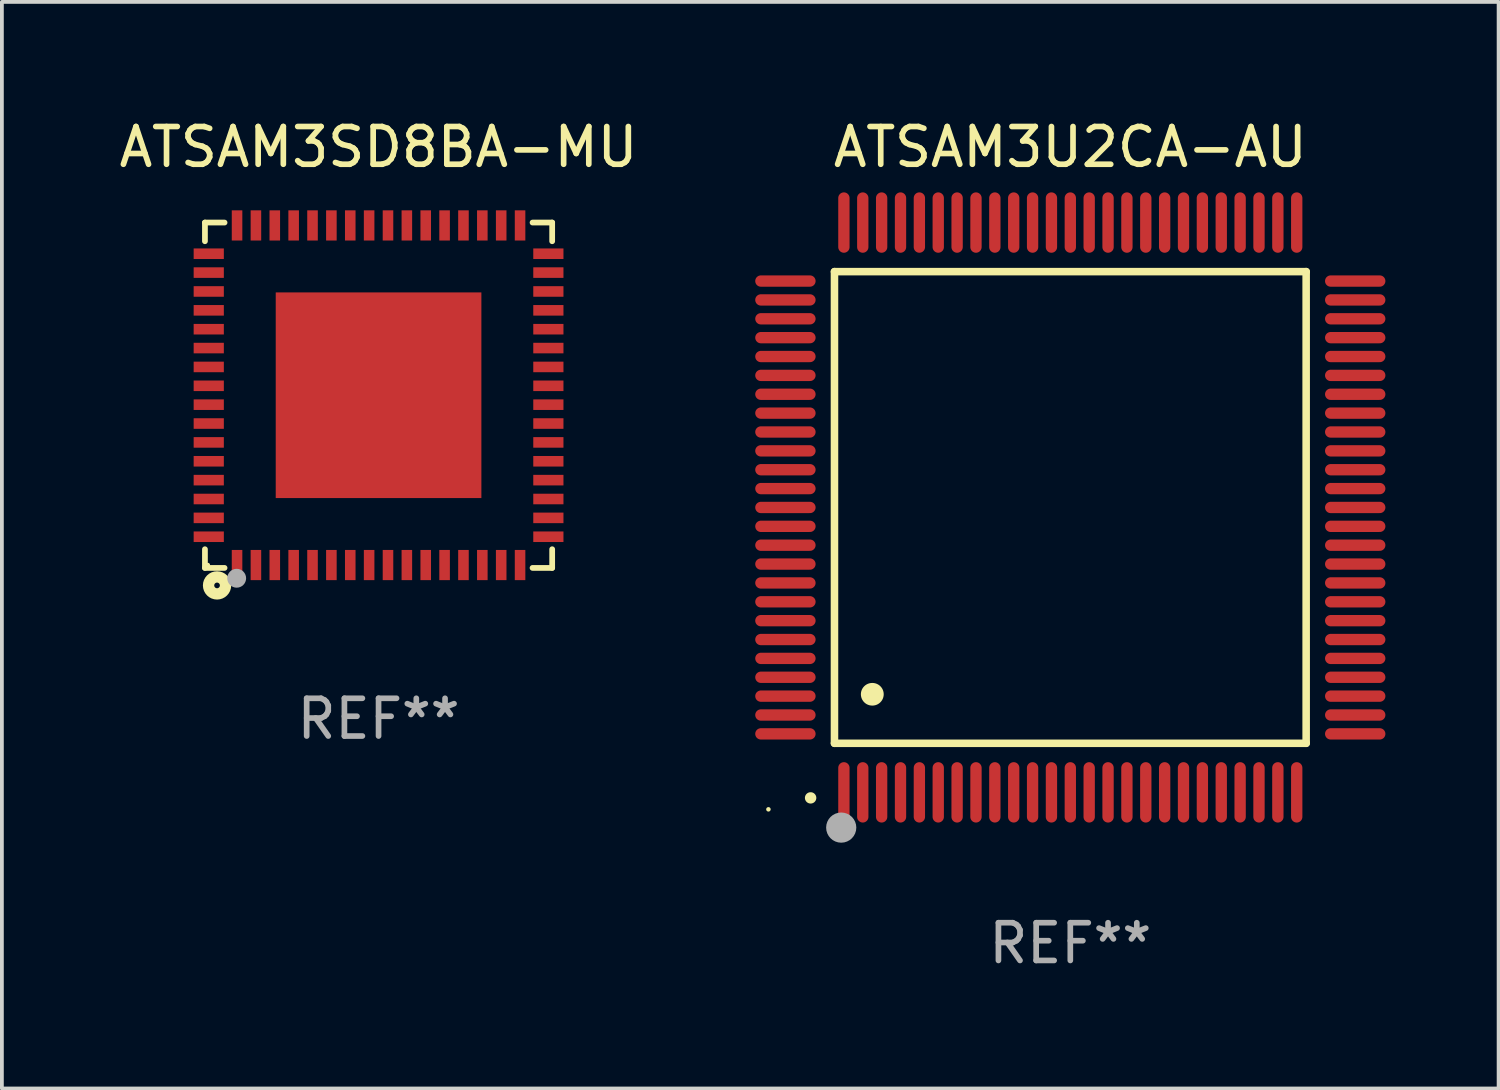
<source format=kicad_pcb>
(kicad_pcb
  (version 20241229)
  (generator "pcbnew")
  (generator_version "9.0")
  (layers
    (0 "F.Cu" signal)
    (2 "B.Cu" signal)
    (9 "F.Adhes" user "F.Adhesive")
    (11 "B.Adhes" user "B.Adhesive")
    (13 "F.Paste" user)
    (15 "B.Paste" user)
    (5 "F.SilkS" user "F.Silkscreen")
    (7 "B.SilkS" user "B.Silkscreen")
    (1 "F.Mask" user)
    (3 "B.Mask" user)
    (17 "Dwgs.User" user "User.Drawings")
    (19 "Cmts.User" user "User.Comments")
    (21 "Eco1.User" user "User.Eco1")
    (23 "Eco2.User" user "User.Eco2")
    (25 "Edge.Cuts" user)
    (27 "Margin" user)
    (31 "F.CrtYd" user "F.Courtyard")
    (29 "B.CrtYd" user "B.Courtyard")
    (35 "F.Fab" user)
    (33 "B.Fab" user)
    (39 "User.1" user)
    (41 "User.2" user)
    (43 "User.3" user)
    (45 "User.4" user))
  (footprint "ATSAM3SD8BA-MU"
    (layer "F.Cu")
    (at 6.982 7.424)
    (property "Reference" "ATSAM3SD8BA-MU" (at 0 -6.576 0) (layer "F.SilkS") (effects (font (size 1 1) (thickness 0.15))))
    (attr through_hole)
    (fp_line (start -4.601 -4.576) (end -4.081 -4.576) (stroke (width 0.152) (type solid)) (layer "F.SilkS"))
    (fp_line (start -4.601 -4.081) (end -4.601 -4.576) (stroke (width 0.152) (type solid)) (layer "F.SilkS"))
    (fp_line (start -4.601 4.081) (end -4.601 4.576) (stroke (width 0.152) (type solid)) (layer "F.SilkS"))
    (fp_line (start -4.601 4.576) (end -4.081 4.576) (stroke (width 0.152) (type solid)) (layer "F.SilkS"))
    (fp_line (start 4.601 -4.576) (end 4.081 -4.576) (stroke (width 0.152) (type solid)) (layer "F.SilkS"))
    (fp_line (start 4.601 -4.081) (end 4.601 -4.576) (stroke (width 0.152) (type solid)) (layer "F.SilkS"))
    (fp_line (start 4.601 4.081) (end 4.601 4.576) (stroke (width 0.152) (type solid)) (layer "F.SilkS"))
    (fp_line (start 4.601 4.576) (end 4.081 4.576) (stroke (width 0.152) (type solid)) (layer "F.SilkS"))
    (fp_circle (center -4.525 4.5) (end -4.495 4.5) (stroke (width 0.06) (type solid)) (fill no) (layer "F.SilkS"))
    (fp_circle (center -4.28 5.04) (end -4.205 5.04) (stroke (width 0.3) (type solid)) (fill no) (layer "F.SilkS"))
    (fp_circle (center -3.76 4.85) (end -3.635 4.85) (stroke (width 0.25) (type solid)) (fill no) (layer "F.Fab"))
    (fp_text user "REF**" (at 0 8.576 0) (layer "F.Fab") (effects (font (size 1 1) (thickness 0.15))))
    (pad "1" smd rect (at -3.75 4.5) (size 0.28 0.8) (layers "F.Cu" "F.Mask" "F.Paste"))
    (pad "2" smd rect (at -3.25 4.5) (size 0.28 0.8) (layers "F.Cu" "F.Mask" "F.Paste"))
    (pad "3" smd rect (at -2.75 4.5) (size 0.28 0.8) (layers "F.Cu" "F.Mask" "F.Paste"))
    (pad "4" smd rect (at -2.25 4.5) (size 0.28 0.8) (layers "F.Cu" "F.Mask" "F.Paste"))
    (pad "5" smd rect (at -1.75 4.5) (size 0.28 0.8) (layers "F.Cu" "F.Mask" "F.Paste"))
    (pad "6" smd rect (at -1.25 4.5) (size 0.28 0.8) (layers "F.Cu" "F.Mask" "F.Paste"))
    (pad "7" smd rect (at -0.75 4.5) (size 0.28 0.8) (layers "F.Cu" "F.Mask" "F.Paste"))
    (pad "8" smd rect (at -0.25 4.5) (size 0.28 0.8) (layers "F.Cu" "F.Mask" "F.Paste"))
    (pad "9" smd rect (at 0.25 4.5) (size 0.28 0.8) (layers "F.Cu" "F.Mask" "F.Paste"))
    (pad "10" smd rect (at 0.75 4.5) (size 0.28 0.8) (layers "F.Cu" "F.Mask" "F.Paste"))
    (pad "11" smd rect (at 1.25 4.5) (size 0.28 0.8) (layers "F.Cu" "F.Mask" "F.Paste"))
    (pad "12" smd rect (at 1.75 4.5) (size 0.28 0.8) (layers "F.Cu" "F.Mask" "F.Paste"))
    (pad "13" smd rect (at 2.25 4.5) (size 0.28 0.8) (layers "F.Cu" "F.Mask" "F.Paste"))
    (pad "14" smd rect (at 2.75 4.5) (size 0.28 0.8) (layers "F.Cu" "F.Mask" "F.Paste"))
    (pad "15" smd rect (at 3.25 4.5) (size 0.28 0.8) (layers "F.Cu" "F.Mask" "F.Paste"))
    (pad "16" smd rect (at 3.75 4.5) (size 0.28 0.8) (layers "F.Cu" "F.Mask" "F.Paste"))
    (pad "17" smd rect (at 4.5 3.75) (size 0.8 0.28) (layers "F.Cu" "F.Mask" "F.Paste"))
    (pad "18" smd rect (at 4.5 3.25) (size 0.8 0.28) (layers "F.Cu" "F.Mask" "F.Paste"))
    (pad "19" smd rect (at 4.5 2.75) (size 0.8 0.28) (layers "F.Cu" "F.Mask" "F.Paste"))
    (pad "20" smd rect (at 4.5 2.25) (size 0.8 0.28) (layers "F.Cu" "F.Mask" "F.Paste"))
    (pad "21" smd rect (at 4.5 1.75) (size 0.8 0.28) (layers "F.Cu" "F.Mask" "F.Paste"))
    (pad "22" smd rect (at 4.5 1.25) (size 0.8 0.28) (layers "F.Cu" "F.Mask" "F.Paste"))
    (pad "23" smd rect (at 4.5 0.75) (size 0.8 0.28) (layers "F.Cu" "F.Mask" "F.Paste"))
    (pad "24" smd rect (at 4.5 0.25) (size 0.8 0.28) (layers "F.Cu" "F.Mask" "F.Paste"))
    (pad "25" smd rect (at 4.5 -0.25) (size 0.8 0.28) (layers "F.Cu" "F.Mask" "F.Paste"))
    (pad "26" smd rect (at 4.5 -0.75) (size 0.8 0.28) (layers "F.Cu" "F.Mask" "F.Paste"))
    (pad "27" smd rect (at 4.5 -1.25) (size 0.8 0.28) (layers "F.Cu" "F.Mask" "F.Paste"))
    (pad "28" smd rect (at 4.5 -1.75) (size 0.8 0.28) (layers "F.Cu" "F.Mask" "F.Paste"))
    (pad "29" smd rect (at 4.5 -2.25) (size 0.8 0.28) (layers "F.Cu" "F.Mask" "F.Paste"))
    (pad "30" smd rect (at 4.5 -2.75) (size 0.8 0.28) (layers "F.Cu" "F.Mask" "F.Paste"))
    (pad "31" smd rect (at 4.5 -3.25) (size 0.8 0.28) (layers "F.Cu" "F.Mask" "F.Paste"))
    (pad "32" smd rect (at 4.5 -3.75) (size 0.8 0.28) (layers "F.Cu" "F.Mask" "F.Paste"))
    (pad "33" smd rect (at 3.75 -4.5) (size 0.28 0.8) (layers "F.Cu" "F.Mask" "F.Paste"))
    (pad "34" smd rect (at 3.25 -4.5) (size 0.28 0.8) (layers "F.Cu" "F.Mask" "F.Paste"))
    (pad "35" smd rect (at 2.75 -4.5) (size 0.28 0.8) (layers "F.Cu" "F.Mask" "F.Paste"))
    (pad "36" smd rect (at 2.25 -4.5) (size 0.28 0.8) (layers "F.Cu" "F.Mask" "F.Paste"))
    (pad "37" smd rect (at 1.75 -4.5) (size 0.28 0.8) (layers "F.Cu" "F.Mask" "F.Paste"))
    (pad "38" smd rect (at 1.25 -4.5) (size 0.28 0.8) (layers "F.Cu" "F.Mask" "F.Paste"))
    (pad "39" smd rect (at 0.75 -4.5) (size 0.28 0.8) (layers "F.Cu" "F.Mask" "F.Paste"))
    (pad "40" smd rect (at 0.25 -4.5) (size 0.28 0.8) (layers "F.Cu" "F.Mask" "F.Paste"))
    (pad "41" smd rect (at -0.25 -4.5) (size 0.28 0.8) (layers "F.Cu" "F.Mask" "F.Paste"))
    (pad "42" smd rect (at -0.75 -4.5) (size 0.28 0.8) (layers "F.Cu" "F.Mask" "F.Paste"))
    (pad "43" smd rect (at -1.25 -4.5) (size 0.28 0.8) (layers "F.Cu" "F.Mask" "F.Paste"))
    (pad "44" smd rect (at -1.75 -4.5) (size 0.28 0.8) (layers "F.Cu" "F.Mask" "F.Paste"))
    (pad "45" smd rect (at -2.25 -4.5) (size 0.28 0.8) (layers "F.Cu" "F.Mask" "F.Paste"))
    (pad "46" smd rect (at -2.75 -4.5) (size 0.28 0.8) (layers "F.Cu" "F.Mask" "F.Paste"))
    (pad "47" smd rect (at -3.25 -4.5) (size 0.28 0.8) (layers "F.Cu" "F.Mask" "F.Paste"))
    (pad "48" smd rect (at -3.75 -4.5) (size 0.28 0.8) (layers "F.Cu" "F.Mask" "F.Paste"))
    (pad "49" smd rect (at -4.5 -3.75) (size 0.8 0.28) (layers "F.Cu" "F.Mask" "F.Paste"))
    (pad "50" smd rect (at -4.5 -3.25) (size 0.8 0.28) (layers "F.Cu" "F.Mask" "F.Paste"))
    (pad "51" smd rect (at -4.5 -2.75) (size 0.8 0.28) (layers "F.Cu" "F.Mask" "F.Paste"))
    (pad "52" smd rect (at -4.5 -2.25) (size 0.8 0.28) (layers "F.Cu" "F.Mask" "F.Paste"))
    (pad "53" smd rect (at -4.5 -1.75) (size 0.8 0.28) (layers "F.Cu" "F.Mask" "F.Paste"))
    (pad "54" smd rect (at -4.5 -1.25) (size 0.8 0.28) (layers "F.Cu" "F.Mask" "F.Paste"))
    (pad "55" smd rect (at -4.5 -0.75) (size 0.8 0.28) (layers "F.Cu" "F.Mask" "F.Paste"))
    (pad "56" smd rect (at -4.5 -0.25) (size 0.8 0.28) (layers "F.Cu" "F.Mask" "F.Paste"))
    (pad "57" smd rect (at -4.5 0.25) (size 0.8 0.28) (layers "F.Cu" "F.Mask" "F.Paste"))
    (pad "58" smd rect (at -4.5 0.75) (size 0.8 0.28) (layers "F.Cu" "F.Mask" "F.Paste"))
    (pad "59" smd rect (at -4.5 1.25) (size 0.8 0.28) (layers "F.Cu" "F.Mask" "F.Paste"))
    (pad "60" smd rect (at -4.5 1.75) (size 0.8 0.28) (layers "F.Cu" "F.Mask" "F.Paste"))
    (pad "61" smd rect (at -4.5 2.25) (size 0.8 0.28) (layers "F.Cu" "F.Mask" "F.Paste"))
    (pad "62" smd rect (at -4.5 2.75) (size 0.8 0.28) (layers "F.Cu" "F.Mask" "F.Paste"))
    (pad "63" smd rect (at -4.5 3.25) (size 0.8 0.28) (layers "F.Cu" "F.Mask" "F.Paste"))
    (pad "64" smd rect (at -4.5 3.75) (size 0.8 0.28) (layers "F.Cu" "F.Mask" "F.Paste"))
    (pad "65" smd rect (at 0 0) (size 5.45 5.45) (layers "F.Cu" "F.Mask" "F.Paste")))
  (footprint "ATSAM3U2CA-AU"
    (layer "F.Cu")
    (at 25.314 10.398)
    (property "Reference" "ATSAM3U2CA-AU" (at 0 -9.55 0) (layer "F.SilkS") (effects (font (size 1 1) (thickness 0.15))))
    (attr through_hole)
    (fp_line (start -6.25 -6.25) (end -6.25 6.25) (stroke (width 0.2) (type solid)) (layer "F.SilkS"))
    (fp_line (start -6.25 6.25) (end 6.25 6.25) (stroke (width 0.2) (type solid)) (layer "F.SilkS"))
    (fp_line (start 6.25 -6.25) (end -6.25 -6.25) (stroke (width 0.2) (type solid)) (layer "F.SilkS"))
    (fp_line (start 6.25 6.25) (end 6.25 -6.25) (stroke (width 0.2) (type solid)) (layer "F.SilkS"))
    (fp_arc (start -6.883414 7.696215) (mid -6.882144 7.69621) (end -6.880874 7.696215) (stroke (width 0.3) (type solid)) (layer "F.SilkS"))
    (fp_arc (start -5.250191 4.95047) (mid -5.247651 4.950459) (end -5.245111 4.95047) (stroke (width 0.6) (type solid)) (layer "F.SilkS"))
    (fp_circle (center -8 8) (end -7.97 8) (stroke (width 0.06) (type solid)) (fill no) (layer "F.SilkS"))
    (fp_circle (center -6.071 8.484) (end -5.871 8.484) (stroke (width 0.4) (type solid)) (fill no) (layer "F.Fab"))
    (fp_text user "REF**" (at 0 11.55 0) (layer "F.Fab") (effects (font (size 1 1) (thickness 0.15))))
    (pad "1" smd oval (at -6 7.55) (size 0.3 1.6) (layers "F.Cu" "F.Mask" "F.Paste"))
    (pad "2" smd oval (at -5.5 7.55) (size 0.3 1.6) (layers "F.Cu" "F.Mask" "F.Paste"))
    (pad "3" smd oval (at -5 7.55) (size 0.3 1.6) (layers "F.Cu" "F.Mask" "F.Paste"))
    (pad "4" smd oval (at -4.5 7.55) (size 0.3 1.6) (layers "F.Cu" "F.Mask" "F.Paste"))
    (pad "5" smd oval (at -4 7.55) (size 0.3 1.6) (layers "F.Cu" "F.Mask" "F.Paste"))
    (pad "6" smd oval (at -3.5 7.55) (size 0.3 1.6) (layers "F.Cu" "F.Mask" "F.Paste"))
    (pad "7" smd oval (at -3 7.55) (size 0.3 1.6) (layers "F.Cu" "F.Mask" "F.Paste"))
    (pad "8" smd oval (at -2.5 7.55) (size 0.3 1.6) (layers "F.Cu" "F.Mask" "F.Paste"))
    (pad "9" smd oval (at -2 7.55) (size 0.3 1.6) (layers "F.Cu" "F.Mask" "F.Paste"))
    (pad "10" smd oval (at -1.5 7.55) (size 0.3 1.6) (layers "F.Cu" "F.Mask" "F.Paste"))
    (pad "11" smd oval (at -1 7.55) (size 0.3 1.6) (layers "F.Cu" "F.Mask" "F.Paste"))
    (pad "12" smd oval (at -0.5 7.55) (size 0.3 1.6) (layers "F.Cu" "F.Mask" "F.Paste"))
    (pad "13" smd oval (at 0 7.55) (size 0.3 1.6) (layers "F.Cu" "F.Mask" "F.Paste"))
    (pad "14" smd oval (at 0.5 7.55) (size 0.3 1.6) (layers "F.Cu" "F.Mask" "F.Paste"))
    (pad "15" smd oval (at 1 7.55) (size 0.3 1.6) (layers "F.Cu" "F.Mask" "F.Paste"))
    (pad "16" smd oval (at 1.5 7.55) (size 0.3 1.6) (layers "F.Cu" "F.Mask" "F.Paste"))
    (pad "17" smd oval (at 2 7.55) (size 0.3 1.6) (layers "F.Cu" "F.Mask" "F.Paste"))
    (pad "18" smd oval (at 2.5 7.55) (size 0.3 1.6) (layers "F.Cu" "F.Mask" "F.Paste"))
    (pad "19" smd oval (at 3 7.55) (size 0.3 1.6) (layers "F.Cu" "F.Mask" "F.Paste"))
    (pad "20" smd oval (at 3.5 7.55) (size 0.3 1.6) (layers "F.Cu" "F.Mask" "F.Paste"))
    (pad "21" smd oval (at 4 7.55) (size 0.3 1.6) (layers "F.Cu" "F.Mask" "F.Paste"))
    (pad "22" smd oval (at 4.5 7.55) (size 0.3 1.6) (layers "F.Cu" "F.Mask" "F.Paste"))
    (pad "23" smd oval (at 5 7.55) (size 0.3 1.6) (layers "F.Cu" "F.Mask" "F.Paste"))
    (pad "24" smd oval (at 5.5 7.55) (size 0.3 1.6) (layers "F.Cu" "F.Mask" "F.Paste"))
    (pad "25" smd oval (at 6 7.55) (size 0.3 1.6) (layers "F.Cu" "F.Mask" "F.Paste"))
    (pad "26" smd oval (at 7.55 6) (size 1.6 0.3) (layers "F.Cu" "F.Mask" "F.Paste"))
    (pad "27" smd oval (at 7.55 5.5) (size 1.6 0.3) (layers "F.Cu" "F.Mask" "F.Paste"))
    (pad "28" smd oval (at 7.55 5) (size 1.6 0.3) (layers "F.Cu" "F.Mask" "F.Paste"))
    (pad "29" smd oval (at 7.55 4.5) (size 1.6 0.3) (layers "F.Cu" "F.Mask" "F.Paste"))
    (pad "30" smd oval (at 7.55 4) (size 1.6 0.3) (layers "F.Cu" "F.Mask" "F.Paste"))
    (pad "31" smd oval (at 7.55 3.5) (size 1.6 0.3) (layers "F.Cu" "F.Mask" "F.Paste"))
    (pad "32" smd oval (at 7.55 3) (size 1.6 0.3) (layers "F.Cu" "F.Mask" "F.Paste"))
    (pad "33" smd oval (at 7.55 2.5) (size 1.6 0.3) (layers "F.Cu" "F.Mask" "F.Paste"))
    (pad "34" smd oval (at 7.55 2) (size 1.6 0.3) (layers "F.Cu" "F.Mask" "F.Paste"))
    (pad "35" smd oval (at 7.55 1.5) (size 1.6 0.3) (layers "F.Cu" "F.Mask" "F.Paste"))
    (pad "36" smd oval (at 7.55 1) (size 1.6 0.3) (layers "F.Cu" "F.Mask" "F.Paste"))
    (pad "37" smd oval (at 7.55 0.5) (size 1.6 0.3) (layers "F.Cu" "F.Mask" "F.Paste"))
    (pad "38" smd oval (at 7.55 0) (size 1.6 0.3) (layers "F.Cu" "F.Mask" "F.Paste"))
    (pad "39" smd oval (at 7.55 -0.5) (size 1.6 0.3) (layers "F.Cu" "F.Mask" "F.Paste"))
    (pad "40" smd oval (at 7.55 -1) (size 1.6 0.3) (layers "F.Cu" "F.Mask" "F.Paste"))
    (pad "41" smd oval (at 7.55 -1.5) (size 1.6 0.3) (layers "F.Cu" "F.Mask" "F.Paste"))
    (pad "42" smd oval (at 7.55 -2) (size 1.6 0.3) (layers "F.Cu" "F.Mask" "F.Paste"))
    (pad "43" smd oval (at 7.55 -2.5) (size 1.6 0.3) (layers "F.Cu" "F.Mask" "F.Paste"))
    (pad "44" smd oval (at 7.55 -3) (size 1.6 0.3) (layers "F.Cu" "F.Mask" "F.Paste"))
    (pad "45" smd oval (at 7.55 -3.5) (size 1.6 0.3) (layers "F.Cu" "F.Mask" "F.Paste"))
    (pad "46" smd oval (at 7.55 -4) (size 1.6 0.3) (layers "F.Cu" "F.Mask" "F.Paste"))
    (pad "47" smd oval (at 7.55 -4.5) (size 1.6 0.3) (layers "F.Cu" "F.Mask" "F.Paste"))
    (pad "48" smd oval (at 7.55 -5) (size 1.6 0.3) (layers "F.Cu" "F.Mask" "F.Paste"))
    (pad "49" smd oval (at 7.55 -5.5) (size 1.6 0.3) (layers "F.Cu" "F.Mask" "F.Paste"))
    (pad "50" smd oval (at 7.55 -6) (size 1.6 0.3) (layers "F.Cu" "F.Mask" "F.Paste"))
    (pad "51" smd oval (at 6 -7.55) (size 0.3 1.6) (layers "F.Cu" "F.Mask" "F.Paste"))
    (pad "52" smd oval (at 5.5 -7.55) (size 0.3 1.6) (layers "F.Cu" "F.Mask" "F.Paste"))
    (pad "53" smd oval (at 5 -7.55) (size 0.3 1.6) (layers "F.Cu" "F.Mask" "F.Paste"))
    (pad "54" smd oval (at 4.5 -7.55) (size 0.3 1.6) (layers "F.Cu" "F.Mask" "F.Paste"))
    (pad "55" smd oval (at 4 -7.55) (size 0.3 1.6) (layers "F.Cu" "F.Mask" "F.Paste"))
    (pad "56" smd oval (at 3.5 -7.55) (size 0.3 1.6) (layers "F.Cu" "F.Mask" "F.Paste"))
    (pad "57" smd oval (at 3 -7.55) (size 0.3 1.6) (layers "F.Cu" "F.Mask" "F.Paste"))
    (pad "58" smd oval (at 2.5 -7.55) (size 0.3 1.6) (layers "F.Cu" "F.Mask" "F.Paste"))
    (pad "59" smd oval (at 2 -7.55) (size 0.3 1.6) (layers "F.Cu" "F.Mask" "F.Paste"))
    (pad "60" smd oval (at 1.5 -7.55) (size 0.3 1.6) (layers "F.Cu" "F.Mask" "F.Paste"))
    (pad "61" smd oval (at 1 -7.55) (size 0.3 1.6) (layers "F.Cu" "F.Mask" "F.Paste"))
    (pad "62" smd oval (at 0.5 -7.55) (size 0.3 1.6) (layers "F.Cu" "F.Mask" "F.Paste"))
    (pad "63" smd oval (at 0 -7.55) (size 0.3 1.6) (layers "F.Cu" "F.Mask" "F.Paste"))
    (pad "64" smd oval (at -0.5 -7.55) (size 0.3 1.6) (layers "F.Cu" "F.Mask" "F.Paste"))
    (pad "65" smd oval (at -1 -7.55) (size 0.3 1.6) (layers "F.Cu" "F.Mask" "F.Paste"))
    (pad "66" smd oval (at -1.5 -7.55) (size 0.3 1.6) (layers "F.Cu" "F.Mask" "F.Paste"))
    (pad "67" smd oval (at -2 -7.55) (size 0.3 1.6) (layers "F.Cu" "F.Mask" "F.Paste"))
    (pad "68" smd oval (at -2.5 -7.55) (size 0.3 1.6) (layers "F.Cu" "F.Mask" "F.Paste"))
    (pad "69" smd oval (at -3 -7.55) (size 0.3 1.6) (layers "F.Cu" "F.Mask" "F.Paste"))
    (pad "70" smd oval (at -3.5 -7.55) (size 0.3 1.6) (layers "F.Cu" "F.Mask" "F.Paste"))
    (pad "71" smd oval (at -4 -7.55) (size 0.3 1.6) (layers "F.Cu" "F.Mask" "F.Paste"))
    (pad "72" smd oval (at -4.5 -7.55) (size 0.3 1.6) (layers "F.Cu" "F.Mask" "F.Paste"))
    (pad "73" smd oval (at -5 -7.55) (size 0.3 1.6) (layers "F.Cu" "F.Mask" "F.Paste"))
    (pad "74" smd oval (at -5.5 -7.55) (size 0.3 1.6) (layers "F.Cu" "F.Mask" "F.Paste"))
    (pad "75" smd oval (at -6 -7.55) (size 0.3 1.6) (layers "F.Cu" "F.Mask" "F.Paste"))
    (pad "76" smd oval (at -7.55 -6) (size 1.6 0.3) (layers "F.Cu" "F.Mask" "F.Paste"))
    (pad "77" smd oval (at -7.55 -5.5) (size 1.6 0.3) (layers "F.Cu" "F.Mask" "F.Paste"))
    (pad "78" smd oval (at -7.55 -5) (size 1.6 0.3) (layers "F.Cu" "F.Mask" "F.Paste"))
    (pad "79" smd oval (at -7.55 -4.5) (size 1.6 0.3) (layers "F.Cu" "F.Mask" "F.Paste"))
    (pad "80" smd oval (at -7.55 -4) (size 1.6 0.3) (layers "F.Cu" "F.Mask" "F.Paste"))
    (pad "81" smd oval (at -7.55 -3.5) (size 1.6 0.3) (layers "F.Cu" "F.Mask" "F.Paste"))
    (pad "82" smd oval (at -7.55 -3) (size 1.6 0.3) (layers "F.Cu" "F.Mask" "F.Paste"))
    (pad "83" smd oval (at -7.55 -2.5) (size 1.6 0.3) (layers "F.Cu" "F.Mask" "F.Paste"))
    (pad "84" smd oval (at -7.55 -2) (size 1.6 0.3) (layers "F.Cu" "F.Mask" "F.Paste"))
    (pad "85" smd oval (at -7.55 -1.5) (size 1.6 0.3) (layers "F.Cu" "F.Mask" "F.Paste"))
    (pad "86" smd oval (at -7.55 -1) (size 1.6 0.3) (layers "F.Cu" "F.Mask" "F.Paste"))
    (pad "87" smd oval (at -7.55 -0.5) (size 1.6 0.3) (layers "F.Cu" "F.Mask" "F.Paste"))
    (pad "88" smd oval (at -7.55 0) (size 1.6 0.3) (layers "F.Cu" "F.Mask" "F.Paste"))
    (pad "89" smd oval (at -7.55 0.5) (size 1.6 0.3) (layers "F.Cu" "F.Mask" "F.Paste"))
    (pad "90" smd oval (at -7.55 1) (size 1.6 0.3) (layers "F.Cu" "F.Mask" "F.Paste"))
    (pad "91" smd oval (at -7.55 1.5) (size 1.6 0.3) (layers "F.Cu" "F.Mask" "F.Paste"))
    (pad "92" smd oval (at -7.55 2) (size 1.6 0.3) (layers "F.Cu" "F.Mask" "F.Paste"))
    (pad "93" smd oval (at -7.55 2.5) (size 1.6 0.3) (layers "F.Cu" "F.Mask" "F.Paste"))
    (pad "94" smd oval (at -7.55 3) (size 1.6 0.3) (layers "F.Cu" "F.Mask" "F.Paste"))
    (pad "95" smd oval (at -7.55 3.5) (size 1.6 0.3) (layers "F.Cu" "F.Mask" "F.Paste"))
    (pad "96" smd oval (at -7.55 4) (size 1.6 0.3) (layers "F.Cu" "F.Mask" "F.Paste"))
    (pad "97" smd oval (at -7.55 4.5) (size 1.6 0.3) (layers "F.Cu" "F.Mask" "F.Paste"))
    (pad "98" smd oval (at -7.55 5) (size 1.6 0.3) (layers "F.Cu" "F.Mask" "F.Paste"))
    (pad "99" smd oval (at -7.55 5.5) (size 1.6 0.3) (layers "F.Cu" "F.Mask" "F.Paste"))
    (pad "100" smd oval (at -7.55 6) (size 1.6 0.3) (layers "F.Cu" "F.Mask" "F.Paste")))
  (gr_rect
    (start -3 -3)
    (end 36.664 25.796)
    (stroke (width 0.1) (type default))
    (fill no)
    (layer "Edge.Cuts")))
</source>
